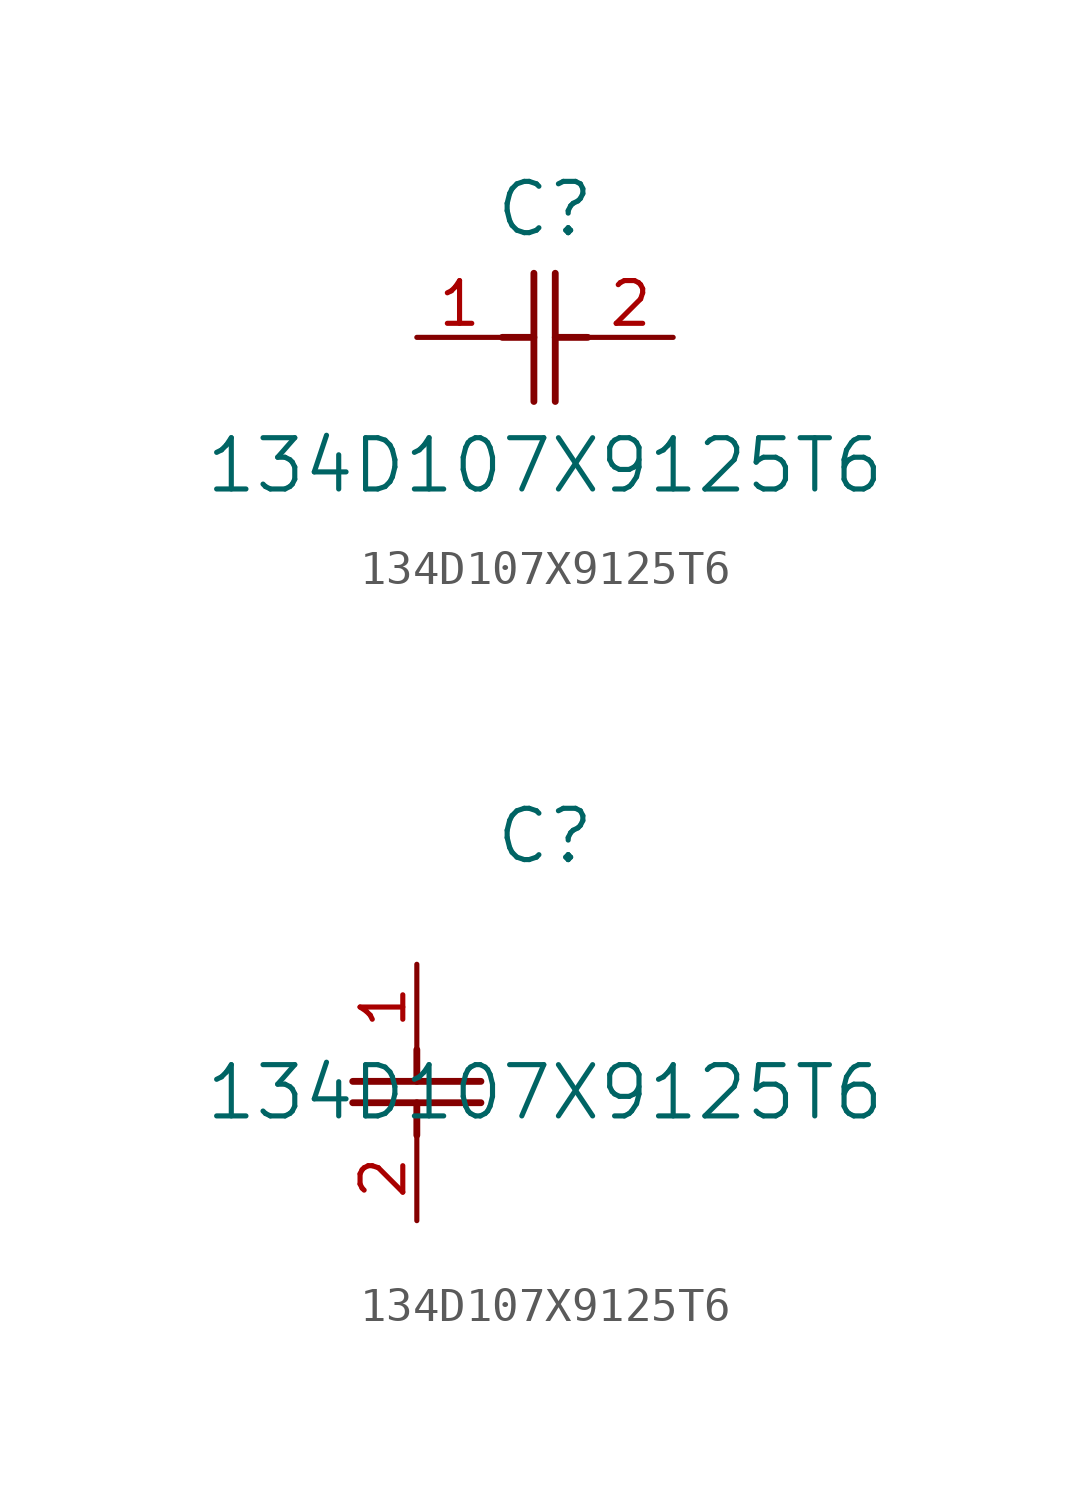
<source format=kicad_sym>
(kicad_symbol_lib
  (version 20211014)
  (generator kicad_symbol_editor)
  (symbol "134D107X9125T6"
    (pin_names
      (offset 0.254))
    (property "Reference" "C"
      (at 3.81 3.81 0)
      (effects (font (size 1.524 1.524))))
    (property "Value" "134D107X9125T6"
      (at 3.81 -3.81 0)
      (effects (font (size 1.524 1.524))))
    (symbol "134D107X9125T6_1_1"
      (polyline (pts (xy 3.48 -1.905) (xy 3.48 1.905)) (stroke (width 0.203) (type default) (color 0 0 0 0)) (fill (type none)))
      (polyline (pts (xy 4.115 -1.905) (xy 4.115 1.905)) (stroke (width 0.203) (type default) (color 0 0 0 0)) (fill (type none)))
      (polyline (pts (xy 4.115 0) (xy 5.08 0)) (stroke (width 0.203) (type default) (color 0 0 0 0)) (fill (type none)))
      (polyline (pts (xy 2.54 0) (xy 3.48 0)) (stroke (width 0.203) (type default) (color 0 0 0 0)) (fill (type none)))
      (pin unspecified line (at 0 0 0) (length 2.54) (name "" (effects (font (size 1.27 1.27)))) (number "1" (effects (font (size 1.27 1.27)))))
      (pin unspecified line (at 7.62 0 180) (length 2.54) (name "" (effects (font (size 1.27 1.27)))) (number "2" (effects (font (size 1.27 1.27))))))
    (symbol "134D107X9125T6_1_2"
      (polyline (pts (xy -1.905 -3.48) (xy 1.905 -3.48)) (stroke (width 0.203) (type default) (color 0 0 0 0)) (fill (type none)))
      (polyline (pts (xy -1.905 -4.115) (xy 1.905 -4.115)) (stroke (width 0.203) (type default) (color 0 0 0 0)) (fill (type none)))
      (polyline (pts (xy 0 -4.115) (xy 0 -5.08)) (stroke (width 0.203) (type default) (color 0 0 0 0)) (fill (type none)))
      (polyline (pts (xy 0 -2.54) (xy 0 -3.48)) (stroke (width 0.203) (type default) (color 0 0 0 0)) (fill (type none)))
      (pin unspecified line (at 0 0 270) (length 2.54) (name "" (effects (font (size 1.27 1.27)))) (number "1" (effects (font (size 1.27 1.27)))))
      (pin unspecified line (at 0 -7.62 90) (length 2.54) (name "" (effects (font (size 1.27 1.27)))) (number "2" (effects (font (size 1.27 1.27))))))))
</source>
